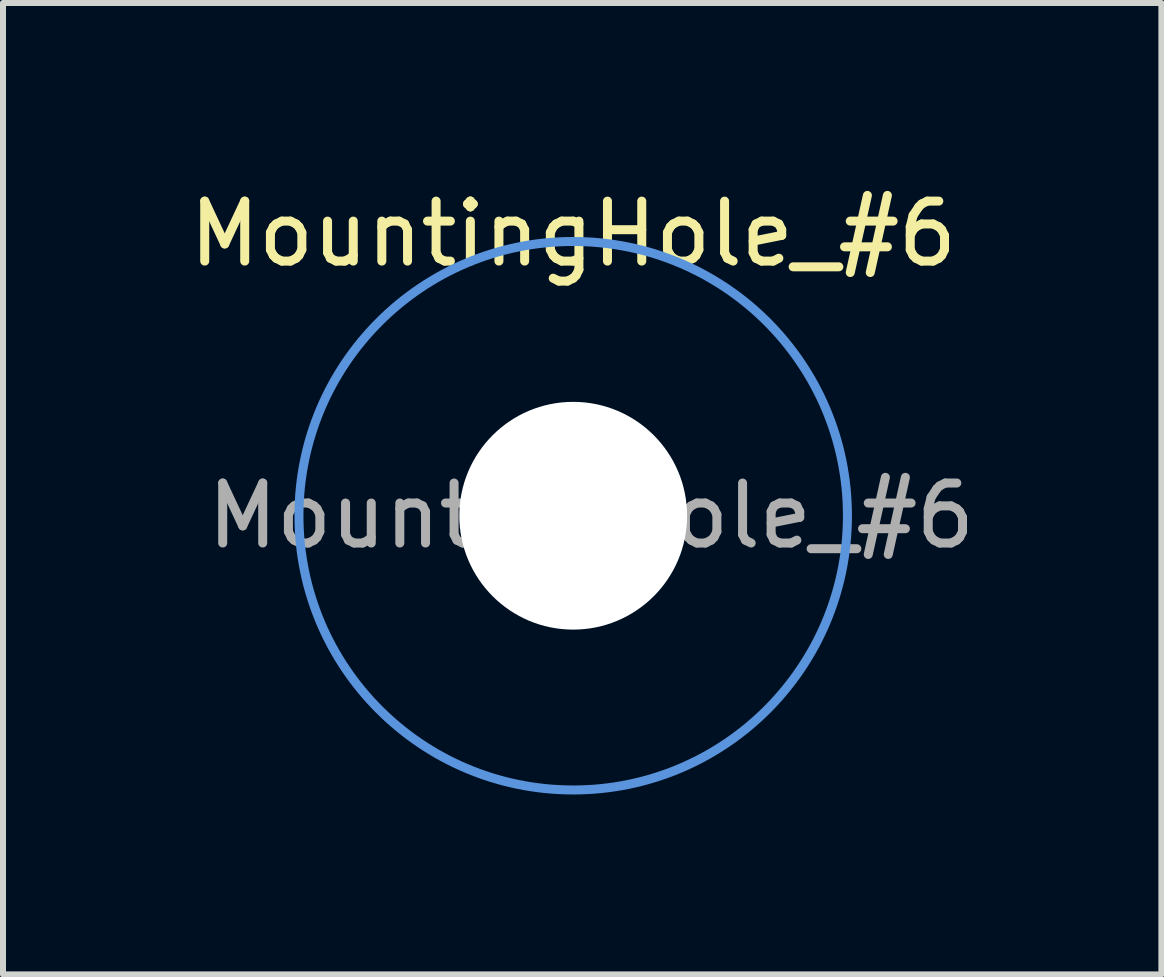
<source format=kicad_pcb>
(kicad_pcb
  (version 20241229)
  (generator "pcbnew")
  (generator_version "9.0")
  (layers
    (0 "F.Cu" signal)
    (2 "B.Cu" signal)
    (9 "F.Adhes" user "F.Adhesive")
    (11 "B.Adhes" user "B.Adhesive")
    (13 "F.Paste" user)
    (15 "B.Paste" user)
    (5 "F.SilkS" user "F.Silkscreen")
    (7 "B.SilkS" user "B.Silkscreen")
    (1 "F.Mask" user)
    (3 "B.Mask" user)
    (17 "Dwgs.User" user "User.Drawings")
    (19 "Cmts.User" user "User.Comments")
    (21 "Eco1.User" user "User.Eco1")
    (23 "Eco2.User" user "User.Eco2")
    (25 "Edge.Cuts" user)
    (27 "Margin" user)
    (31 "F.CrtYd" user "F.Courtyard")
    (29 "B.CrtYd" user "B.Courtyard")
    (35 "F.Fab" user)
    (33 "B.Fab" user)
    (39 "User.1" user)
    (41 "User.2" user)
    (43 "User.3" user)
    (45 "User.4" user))
  (footprint "MountingHole_#6"
    (layer "F.Cu")
    (at 6.506 5.548)
    (property "Reference" "MountingHole_#6" (at 0 -4.7 0) (layer "F.SilkS") (effects (font (size 1 1) (thickness 0.15))))
    (attr exclude_from_pos_files exclude_from_bom)
    (fp_circle (center 0 0) (end 4.572 0) (stroke (width 0.15) (type solid)) (fill no) (layer "Cmts.User"))
    (fp_circle (center 0 0) (end 4.572 0) (stroke (width 0.05) (type solid)) (fill no) (layer "F.CrtYd"))
    (fp_text user "${REFERENCE}" (at 0.3 0 0) (layer "F.Fab") (effects (font (size 1 1) (thickness 0.15))))
    (pad "" np_thru_hole circle (at 0 0) (size 3.797 3.797) (drill 3.797) (layers "*.Cu" "*.Mask")))
  (gr_rect
    (start -3 -3)
    (end 16.312 13.195)
    (stroke (width 0.1) (type default))
    (fill no)
    (layer "Edge.Cuts")))
</source>
